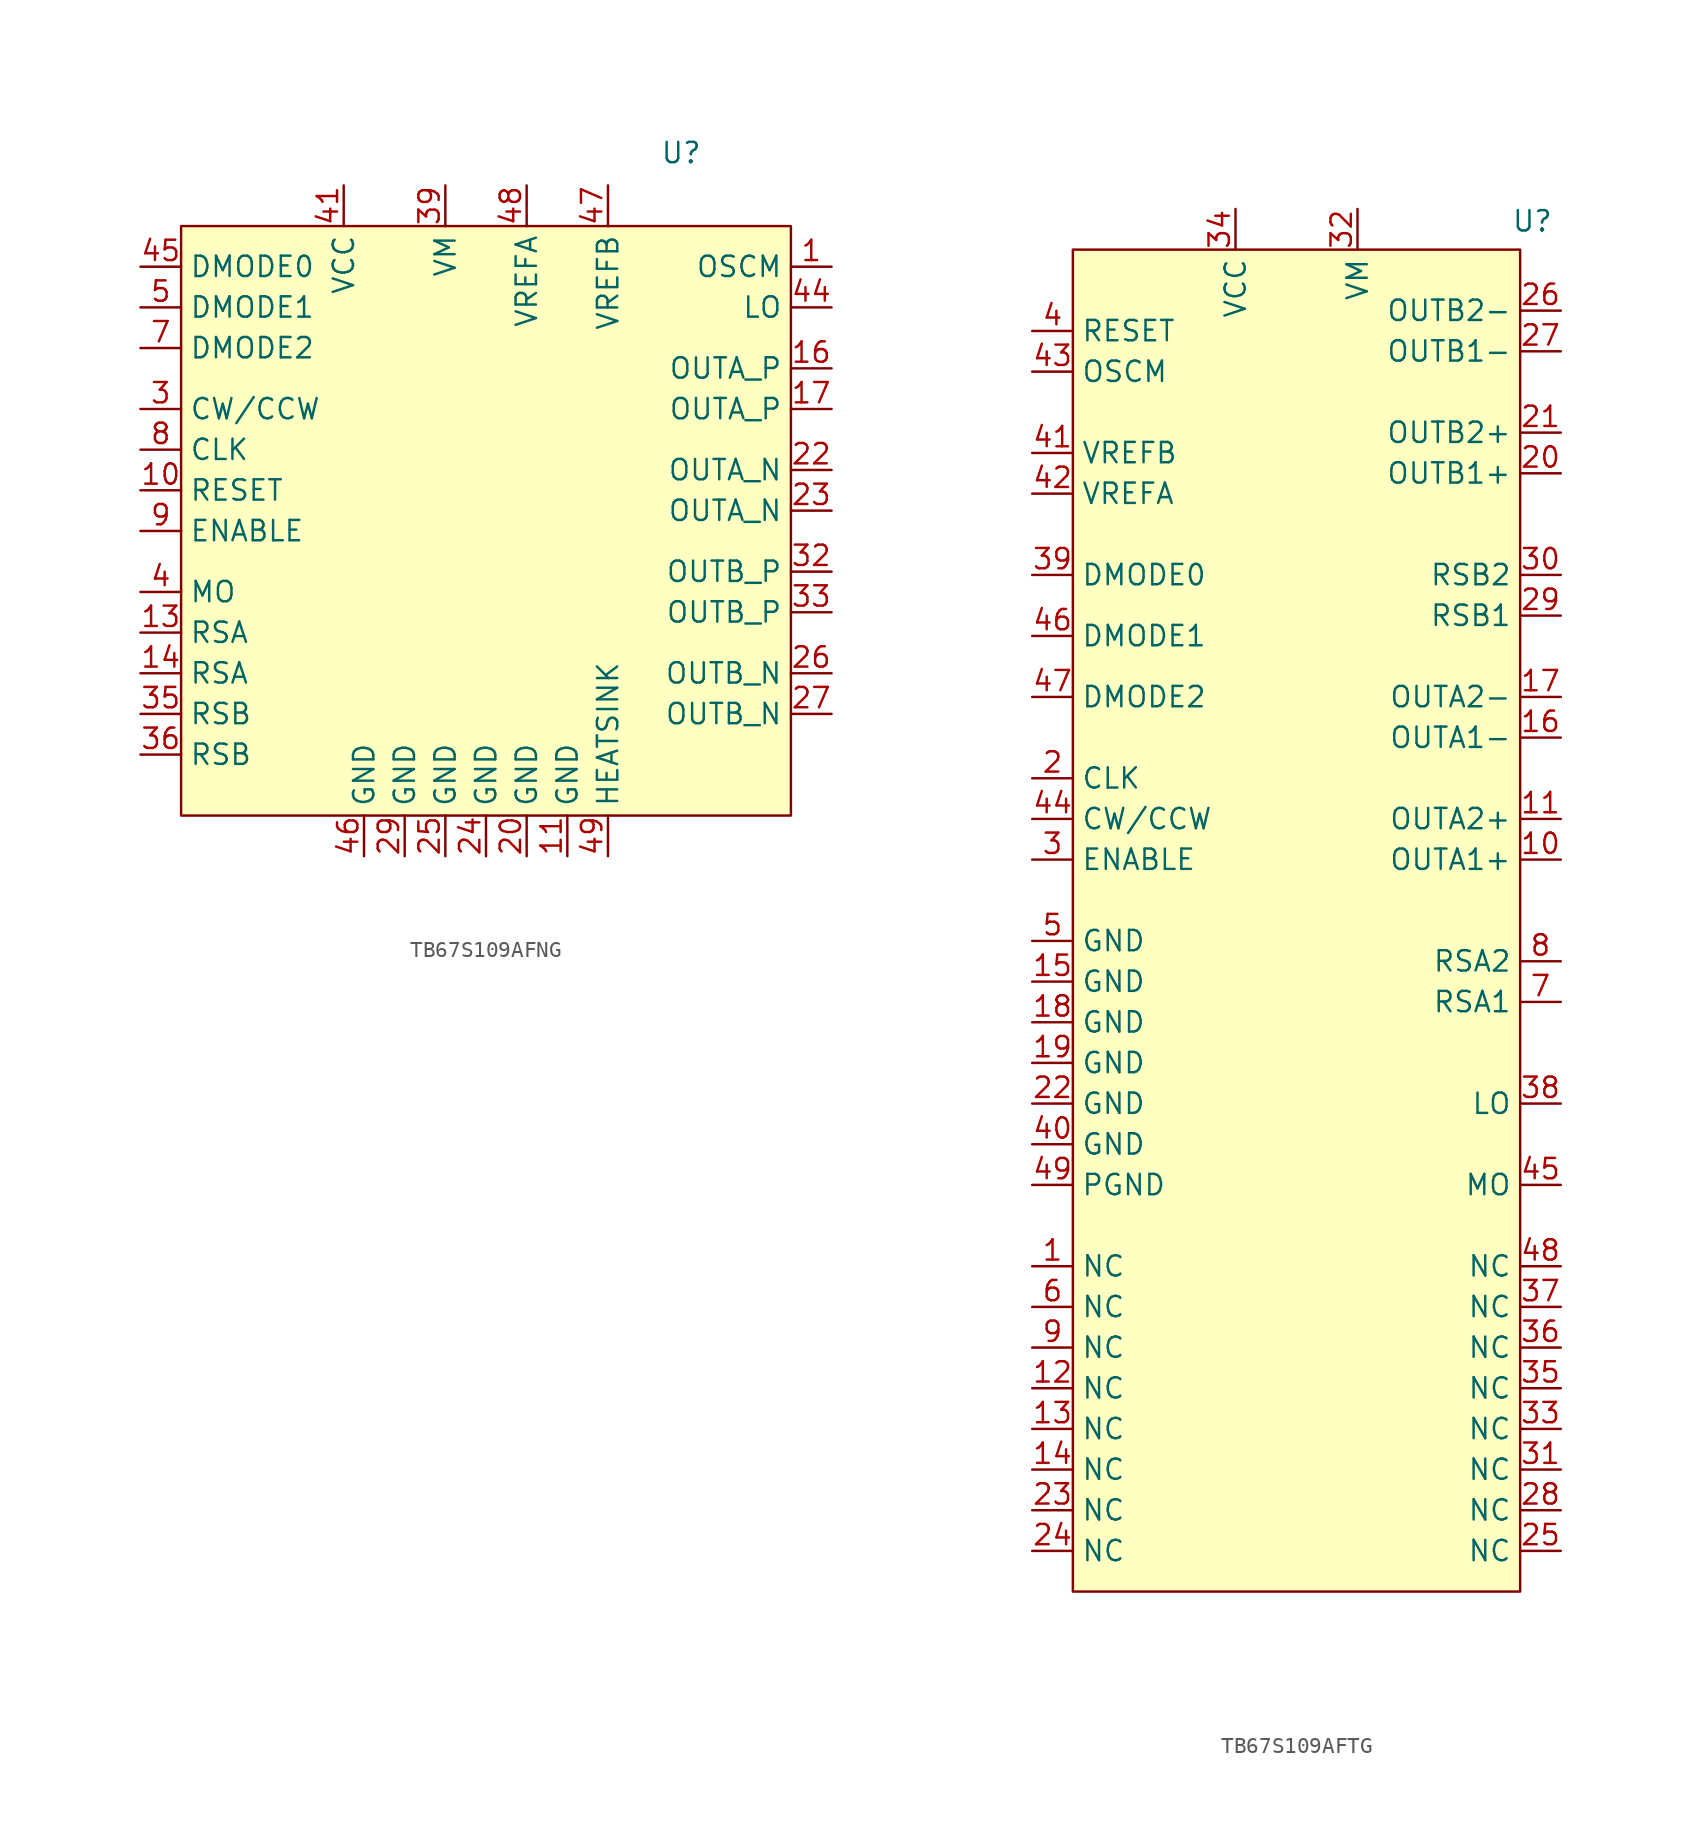
<source format=kicad_sym>
(kicad_symbol_lib
  (version 20231120)
  (generator "kicad_symbol_editor")
  (generator_version "8.0")
  (symbol "TB67S109AFNG"
    (property "Reference" "U"
      (at 12.192 21.082 0)
      (effects (font (size 1.27 1.27))))
    (property "Value" ""
      (at -17.78 16.51 0)
      (effects (font (size 1.27 1.27))))
    (symbol "TB67S109AFNG_1_1"
      (rectangle (start -19.05 16.51) (end 19.05 -20.32) (stroke (width 0) (type default)) (fill (type background)))
      (pin input line (at 21.59 13.97 180) (length 2.54) (name "OSCM" (effects (font (size 1.27 1.27)))) (number "1" (effects (font (size 1.27 1.27)))))
      (pin input line (at -21.59 0 0) (length 2.54) (name "RESET" (effects (font (size 1.27 1.27)))) (number "10" (effects (font (size 1.27 1.27)))))
      (pin input line (at 5.08 -22.86 90) (length 2.54) (name "GND" (effects (font (size 1.27 1.27)))) (number "11" (effects (font (size 1.27 1.27)))))
      (pin input line (at -21.59 -8.89 0) (length 2.54) (name "RSA" (effects (font (size 1.27 1.27)))) (number "13" (effects (font (size 1.27 1.27)))))
      (pin input line (at -21.59 -11.43 0) (length 2.54) (name "RSA" (effects (font (size 1.27 1.27)))) (number "14" (effects (font (size 1.27 1.27)))))
      (pin input line (at 21.59 7.62 180) (length 2.54) (name "OUTA_P" (effects (font (size 1.27 1.27)))) (number "16" (effects (font (size 1.27 1.27)))))
      (pin input line (at 21.59 5.08 180) (length 2.54) (name "OUTA_P" (effects (font (size 1.27 1.27)))) (number "17" (effects (font (size 1.27 1.27)))))
      (pin input line (at 2.54 -22.86 90) (length 2.54) (name "GND" (effects (font (size 1.27 1.27)))) (number "20" (effects (font (size 1.27 1.27)))))
      (pin input line (at 21.59 1.27 180) (length 2.54) (name "OUTA_N" (effects (font (size 1.27 1.27)))) (number "22" (effects (font (size 1.27 1.27)))))
      (pin input line (at 21.59 -1.27 180) (length 2.54) (name "OUTA_N" (effects (font (size 1.27 1.27)))) (number "23" (effects (font (size 1.27 1.27)))))
      (pin input line (at 0 -22.86 90) (length 2.54) (name "GND" (effects (font (size 1.27 1.27)))) (number "24" (effects (font (size 1.27 1.27)))))
      (pin input line (at -2.54 -22.86 90) (length 2.54) (name "GND" (effects (font (size 1.27 1.27)))) (number "25" (effects (font (size 1.27 1.27)))))
      (pin input line (at 21.59 -11.43 180) (length 2.54) (name "OUTB_N" (effects (font (size 1.27 1.27)))) (number "26" (effects (font (size 1.27 1.27)))))
      (pin input line (at 21.59 -13.97 180) (length 2.54) (name "OUTB_N" (effects (font (size 1.27 1.27)))) (number "27" (effects (font (size 1.27 1.27)))))
      (pin input line (at -5.08 -22.86 90) (length 2.54) (name "GND" (effects (font (size 1.27 1.27)))) (number "29" (effects (font (size 1.27 1.27)))))
      (pin input line (at -21.59 5.08 0) (length 2.54) (name "CW/CCW" (effects (font (size 1.27 1.27)))) (number "3" (effects (font (size 1.27 1.27)))))
      (pin input line (at 21.59 -5.08 180) (length 2.54) (name "OUTB_P" (effects (font (size 1.27 1.27)))) (number "32" (effects (font (size 1.27 1.27)))))
      (pin input line (at 21.59 -7.62 180) (length 2.54) (name "OUTB_P" (effects (font (size 1.27 1.27)))) (number "33" (effects (font (size 1.27 1.27)))))
      (pin input line (at -21.59 -13.97 0) (length 2.54) (name "RSB" (effects (font (size 1.27 1.27)))) (number "35" (effects (font (size 1.27 1.27)))))
      (pin input line (at -21.59 -16.51 0) (length 2.54) (name "RSB" (effects (font (size 1.27 1.27)))) (number "36" (effects (font (size 1.27 1.27)))))
      (pin input line (at -2.54 19.05 270) (length 2.54) (name "VM" (effects (font (size 1.27 1.27)))) (number "39" (effects (font (size 1.27 1.27)))))
      (pin input line (at -21.59 -6.35 0) (length 2.54) (name "MO" (effects (font (size 1.27 1.27)))) (number "4" (effects (font (size 1.27 1.27)))))
      (pin input line (at -8.89 19.05 270) (length 2.54) (name "VCC" (effects (font (size 1.27 1.27)))) (number "41" (effects (font (size 1.27 1.27)))))
      (pin input line (at 21.59 11.43 180) (length 2.54) (name "LO" (effects (font (size 1.27 1.27)))) (number "44" (effects (font (size 1.27 1.27)))))
      (pin input line (at -21.59 13.97 0) (length 2.54) (name "DMODE0" (effects (font (size 1.27 1.27)))) (number "45" (effects (font (size 1.27 1.27)))))
      (pin input line (at -7.62 -22.86 90) (length 2.54) (name "GND" (effects (font (size 1.27 1.27)))) (number "46" (effects (font (size 1.27 1.27)))))
      (pin input line (at 7.62 19.05 270) (length 2.54) (name "VREFB" (effects (font (size 1.27 1.27)))) (number "47" (effects (font (size 1.27 1.27)))))
      (pin input line (at 2.54 19.05 270) (length 2.54) (name "VREFA" (effects (font (size 1.27 1.27)))) (number "48" (effects (font (size 1.27 1.27)))))
      (pin input line (at 7.62 -22.86 90) (length 2.54) (name "HEATSINK" (effects (font (size 1.27 1.27)))) (number "49" (effects (font (size 1.27 1.27)))))
      (pin input line (at -21.59 11.43 0) (length 2.54) (name "DMODE1" (effects (font (size 1.27 1.27)))) (number "5" (effects (font (size 1.27 1.27)))))
      (pin input line (at -21.59 8.89 0) (length 2.54) (name "DMODE2" (effects (font (size 1.27 1.27)))) (number "7" (effects (font (size 1.27 1.27)))))
      (pin input line (at -21.59 2.54 0) (length 2.54) (name "CLK" (effects (font (size 1.27 1.27)))) (number "8" (effects (font (size 1.27 1.27)))))
      (pin input line (at -21.59 -2.54 0) (length 2.54) (name "ENABLE" (effects (font (size 1.27 1.27)))) (number "9" (effects (font (size 1.27 1.27)))))))
  (symbol "TB67S109AFTG"
    (property "Reference" "U"
      (at 16.002 42.418 0)
      (effects (font (size 1.27 1.27))))
    (property "Value" ""
      (at -8.89 30.48 0)
      (effects (font (size 1.27 1.27))))
    (symbol "TB67S109AFTG_1_1"
      (rectangle (start -12.7 40.64) (end 15.24 -43.18) (stroke (width 0) (type default)) (fill (type background)))
      (pin input line (at -15.24 -22.86 0) (length 2.54) (name "NC" (effects (font (size 1.27 1.27)))) (number "1" (effects (font (size 1.27 1.27)))))
      (pin input line (at 17.78 2.54 180) (length 2.54) (name "OUTA1+" (effects (font (size 1.27 1.27)))) (number "10" (effects (font (size 1.27 1.27)))))
      (pin input line (at 17.78 5.08 180) (length 2.54) (name "OUTA2+" (effects (font (size 1.27 1.27)))) (number "11" (effects (font (size 1.27 1.27)))))
      (pin input line (at -15.24 -30.48 0) (length 2.54) (name "NC" (effects (font (size 1.27 1.27)))) (number "12" (effects (font (size 1.27 1.27)))))
      (pin input line (at -15.24 -33.02 0) (length 2.54) (name "NC" (effects (font (size 1.27 1.27)))) (number "13" (effects (font (size 1.27 1.27)))))
      (pin input line (at -15.24 -35.56 0) (length 2.54) (name "NC" (effects (font (size 1.27 1.27)))) (number "14" (effects (font (size 1.27 1.27)))))
      (pin input line (at -15.24 -5.08 0) (length 2.54) (name "GND" (effects (font (size 1.27 1.27)))) (number "15" (effects (font (size 1.27 1.27)))))
      (pin input line (at 17.78 10.16 180) (length 2.54) (name "OUTA1-" (effects (font (size 1.27 1.27)))) (number "16" (effects (font (size 1.27 1.27)))))
      (pin input line (at 17.78 12.7 180) (length 2.54) (name "OUTA2-" (effects (font (size 1.27 1.27)))) (number "17" (effects (font (size 1.27 1.27)))))
      (pin input line (at -15.24 -7.62 0) (length 2.54) (name "GND" (effects (font (size 1.27 1.27)))) (number "18" (effects (font (size 1.27 1.27)))))
      (pin input line (at -15.24 -10.16 0) (length 2.54) (name "GND" (effects (font (size 1.27 1.27)))) (number "19" (effects (font (size 1.27 1.27)))))
      (pin input line (at -15.24 7.62 0) (length 2.54) (name "CLK" (effects (font (size 1.27 1.27)))) (number "2" (effects (font (size 1.27 1.27)))))
      (pin input line (at 17.78 26.67 180) (length 2.54) (name "OUTB1+" (effects (font (size 1.27 1.27)))) (number "20" (effects (font (size 1.27 1.27)))))
      (pin input line (at 17.78 29.21 180) (length 2.54) (name "OUTB2+" (effects (font (size 1.27 1.27)))) (number "21" (effects (font (size 1.27 1.27)))))
      (pin input line (at -15.24 -12.7 0) (length 2.54) (name "GND" (effects (font (size 1.27 1.27)))) (number "22" (effects (font (size 1.27 1.27)))))
      (pin input line (at -15.24 -38.1 0) (length 2.54) (name "NC" (effects (font (size 1.27 1.27)))) (number "23" (effects (font (size 1.27 1.27)))))
      (pin input line (at -15.24 -40.64 0) (length 2.54) (name "NC" (effects (font (size 1.27 1.27)))) (number "24" (effects (font (size 1.27 1.27)))))
      (pin input line (at 17.78 -40.64 180) (length 2.54) (name "NC" (effects (font (size 1.27 1.27)))) (number "25" (effects (font (size 1.27 1.27)))))
      (pin input line (at 17.78 36.83 180) (length 2.54) (name "OUTB2-" (effects (font (size 1.27 1.27)))) (number "26" (effects (font (size 1.27 1.27)))))
      (pin input line (at 17.78 34.29 180) (length 2.54) (name "OUTB1-" (effects (font (size 1.27 1.27)))) (number "27" (effects (font (size 1.27 1.27)))))
      (pin input line (at 17.78 -38.1 180) (length 2.54) (name "NC" (effects (font (size 1.27 1.27)))) (number "28" (effects (font (size 1.27 1.27)))))
      (pin input line (at 17.78 17.78 180) (length 2.54) (name "RSB1" (effects (font (size 1.27 1.27)))) (number "29" (effects (font (size 1.27 1.27)))))
      (pin input line (at -15.24 2.54 0) (length 2.54) (name "ENABLE" (effects (font (size 1.27 1.27)))) (number "3" (effects (font (size 1.27 1.27)))))
      (pin input line (at 17.78 20.32 180) (length 2.54) (name "RSB2" (effects (font (size 1.27 1.27)))) (number "30" (effects (font (size 1.27 1.27)))))
      (pin input line (at 17.78 -35.56 180) (length 2.54) (name "NC" (effects (font (size 1.27 1.27)))) (number "31" (effects (font (size 1.27 1.27)))))
      (pin input line (at 5.08 43.18 270) (length 2.54) (name "VM" (effects (font (size 1.27 1.27)))) (number "32" (effects (font (size 1.27 1.27)))))
      (pin input line (at 17.78 -33.02 180) (length 2.54) (name "NC" (effects (font (size 1.27 1.27)))) (number "33" (effects (font (size 1.27 1.27)))))
      (pin input line (at -2.54 43.18 270) (length 2.54) (name "VCC" (effects (font (size 1.27 1.27)))) (number "34" (effects (font (size 1.27 1.27)))))
      (pin input line (at 17.78 -30.48 180) (length 2.54) (name "NC" (effects (font (size 1.27 1.27)))) (number "35" (effects (font (size 1.27 1.27)))))
      (pin input line (at 17.78 -27.94 180) (length 2.54) (name "NC" (effects (font (size 1.27 1.27)))) (number "36" (effects (font (size 1.27 1.27)))))
      (pin input line (at 17.78 -25.4 180) (length 2.54) (name "NC" (effects (font (size 1.27 1.27)))) (number "37" (effects (font (size 1.27 1.27)))))
      (pin input line (at 17.78 -12.7 180) (length 2.54) (name "LO" (effects (font (size 1.27 1.27)))) (number "38" (effects (font (size 1.27 1.27)))))
      (pin input line (at -15.24 20.32 0) (length 2.54) (name "DMODE0" (effects (font (size 1.27 1.27)))) (number "39" (effects (font (size 1.27 1.27)))))
      (pin input line (at -15.24 35.56 0) (length 2.54) (name "RESET" (effects (font (size 1.27 1.27)))) (number "4" (effects (font (size 1.27 1.27)))))
      (pin input line (at -15.24 -15.24 0) (length 2.54) (name "GND" (effects (font (size 1.27 1.27)))) (number "40" (effects (font (size 1.27 1.27)))))
      (pin input line (at -15.24 27.94 0) (length 2.54) (name "VREFB" (effects (font (size 1.27 1.27)))) (number "41" (effects (font (size 1.27 1.27)))))
      (pin input line (at -15.24 25.4 0) (length 2.54) (name "VREFA" (effects (font (size 1.27 1.27)))) (number "42" (effects (font (size 1.27 1.27)))))
      (pin input line (at -15.24 33.02 0) (length 2.54) (name "OSCM" (effects (font (size 1.27 1.27)))) (number "43" (effects (font (size 1.27 1.27)))))
      (pin input line (at -15.24 5.08 0) (length 2.54) (name "CW/CCW" (effects (font (size 1.27 1.27)))) (number "44" (effects (font (size 1.27 1.27)))))
      (pin input line (at 17.78 -17.78 180) (length 2.54) (name "MO" (effects (font (size 1.27 1.27)))) (number "45" (effects (font (size 1.27 1.27)))))
      (pin input line (at -15.24 16.51 0) (length 2.54) (name "DMODE1" (effects (font (size 1.27 1.27)))) (number "46" (effects (font (size 1.27 1.27)))))
      (pin input line (at -15.24 12.7 0) (length 2.54) (name "DMODE2" (effects (font (size 1.27 1.27)))) (number "47" (effects (font (size 1.27 1.27)))))
      (pin input line (at 17.78 -22.86 180) (length 2.54) (name "NC" (effects (font (size 1.27 1.27)))) (number "48" (effects (font (size 1.27 1.27)))))
      (pin input line (at -15.24 -17.78 0) (length 2.54) (name "PGND" (effects (font (size 1.27 1.27)))) (number "49" (effects (font (size 1.27 1.27)))))
      (pin input line (at -15.24 -2.54 0) (length 2.54) (name "GND" (effects (font (size 1.27 1.27)))) (number "5" (effects (font (size 1.27 1.27)))))
      (pin input line (at -15.24 -25.4 0) (length 2.54) (name "NC" (effects (font (size 1.27 1.27)))) (number "6" (effects (font (size 1.27 1.27)))))
      (pin input line (at 17.78 -6.35 180) (length 2.54) (name "RSA1" (effects (font (size 1.27 1.27)))) (number "7" (effects (font (size 1.27 1.27)))))
      (pin input line (at 17.78 -3.81 180) (length 2.54) (name "RSA2" (effects (font (size 1.27 1.27)))) (number "8" (effects (font (size 1.27 1.27)))))
      (pin input line (at -15.24 -27.94 0) (length 2.54) (name "NC" (effects (font (size 1.27 1.27)))) (number "9" (effects (font (size 1.27 1.27))))))))
</source>
